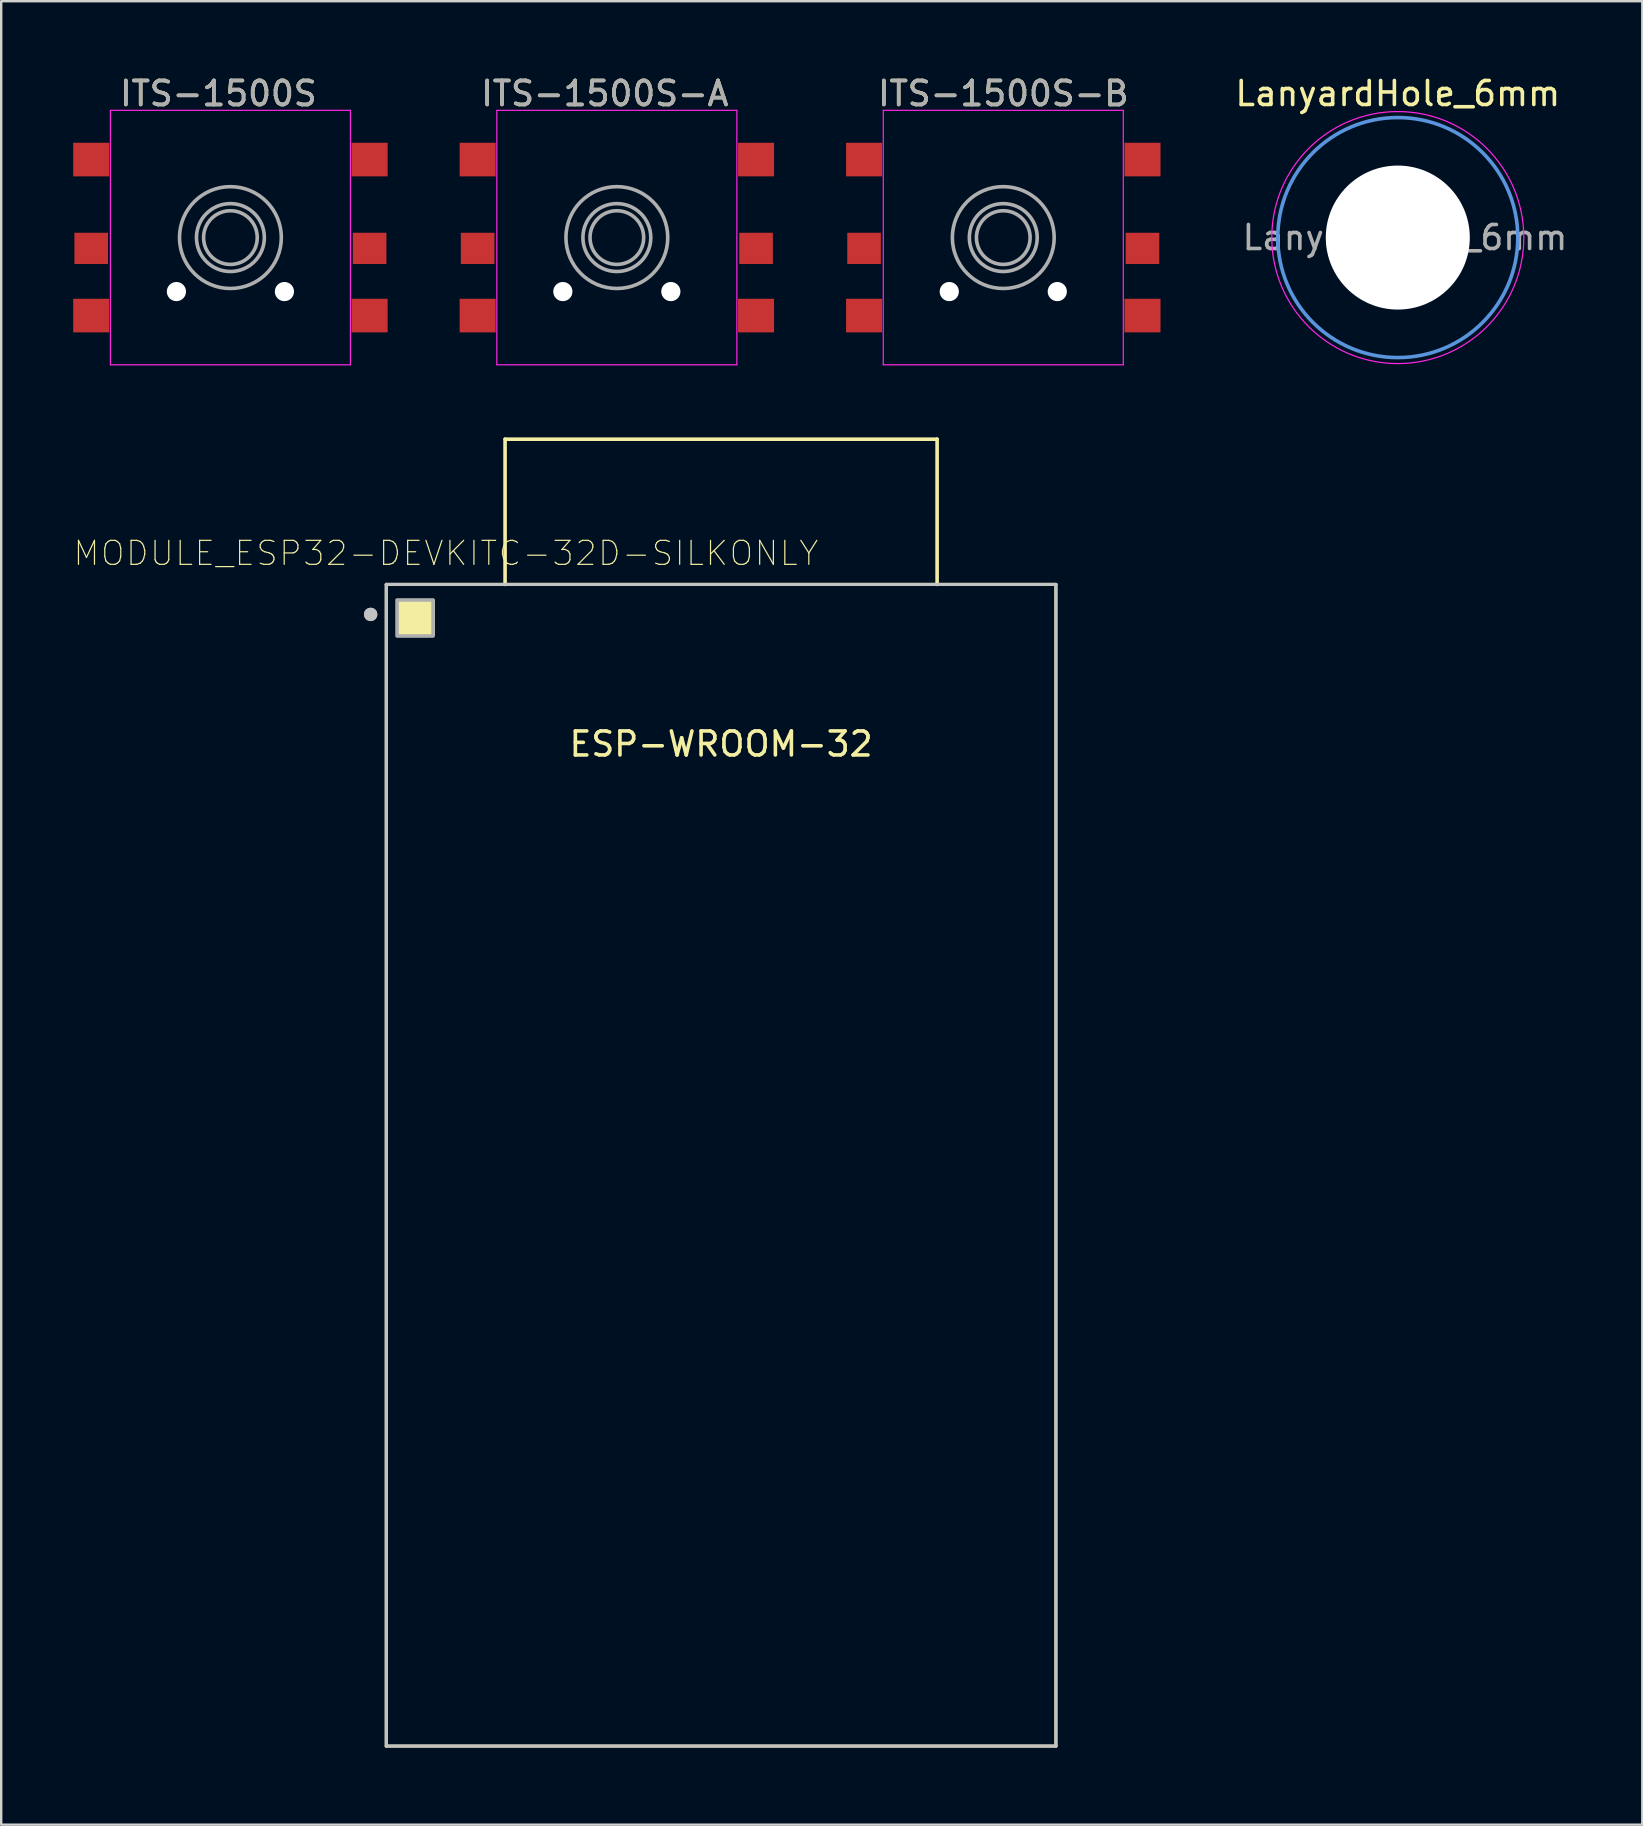
<source format=kicad_pcb>
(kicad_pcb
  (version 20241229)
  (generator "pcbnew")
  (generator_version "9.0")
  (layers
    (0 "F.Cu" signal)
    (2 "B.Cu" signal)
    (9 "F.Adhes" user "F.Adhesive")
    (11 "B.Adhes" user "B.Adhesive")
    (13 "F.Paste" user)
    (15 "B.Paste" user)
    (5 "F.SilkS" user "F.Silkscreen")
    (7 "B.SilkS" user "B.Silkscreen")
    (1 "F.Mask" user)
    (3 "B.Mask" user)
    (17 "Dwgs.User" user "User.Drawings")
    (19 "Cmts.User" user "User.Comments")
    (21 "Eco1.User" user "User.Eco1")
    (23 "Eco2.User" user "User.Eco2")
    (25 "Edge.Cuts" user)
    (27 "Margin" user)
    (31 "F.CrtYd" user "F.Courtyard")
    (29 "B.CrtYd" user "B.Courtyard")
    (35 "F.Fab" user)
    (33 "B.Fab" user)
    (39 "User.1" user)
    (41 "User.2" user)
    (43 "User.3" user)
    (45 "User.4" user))
  (footprint "ITS-1500S"
    (layer "F.Cu")
    (at 6.55 6.848)
    (property "Reference" "ITS-1500S" (at -0.5 -6 0) (layer "F.SilkS") (effects (font (size 1 1) (thickness 0.15))))
    (attr smd)
    (fp_line (start -5 -5.3) (end -5 5.3) (stroke (width 0.05) (type solid)) (layer "F.CrtYd"))
    (fp_line (start 5 -5.3) (end -5 -5.3) (stroke (width 0.05) (type solid)) (layer "F.CrtYd"))
    (fp_line (start 5 -5.3) (end 5 5.3) (stroke (width 0.05) (type solid)) (layer "F.CrtYd"))
    (fp_line (start 5 5.3) (end -5 5.3) (stroke (width 0.05) (type solid)) (layer "F.CrtYd"))
    (fp_circle (center 0 0) (end 0.5 1) (stroke (width 0.15) (type solid)) (fill no) (layer "F.Fab"))
    (fp_circle (center 0 0) (end 1 1) (stroke (width 0.15) (type solid)) (fill no) (layer "F.Fab"))
    (fp_circle (center 0 0) (end 1.5 1.5) (stroke (width 0.15) (type solid)) (fill no) (layer "F.Fab"))
    (fp_text user "${REFERENCE}" (at -0.5 -6 0) (layer "F.Fab") (effects (font (size 1 1) (thickness 0.15))))
    (pad "" np_thru_hole circle (at -2.25 2.25) (size 0.8 0.8) (drill 0.8) (layers "*.Cu" "*.Mask"))
    (pad "" np_thru_hole circle (at 2.25 2.25) (size 0.8 0.8) (drill 0.8) (layers "*.Cu" "*.Mask"))
    (pad "1" smd rect (at -5.8 -3.25 90) (size 1.4 1.5) (layers "F.Cu" "F.Mask" "F.Paste"))
    (pad "2" smd rect (at -5.8 0.45) (size 1.4 1.3) (layers "F.Cu" "F.Mask" "F.Paste"))
    (pad "3" smd rect (at -5.8 3.25 90) (size 1.4 1.5) (layers "F.Cu" "F.Mask" "F.Paste"))
    (pad "4" smd rect (at 5.8 3.25 90) (size 1.4 1.5) (layers "F.Cu" "F.Mask" "F.Paste"))
    (pad "5" smd rect (at 5.8 0.45) (size 1.4 1.3) (layers "F.Cu" "F.Mask" "F.Paste"))
    (pad "6" smd rect (at 5.8 -3.25 90) (size 1.4 1.5) (layers "F.Cu" "F.Mask" "F.Paste")))
  (footprint "LanyardHole_6mm"
    (layer "F.Cu")
    (at 55.187 6.848)
    (property "Reference" "LanyardHole_6mm" (at 0 -6 0) (layer "F.SilkS") (effects (font (size 1 1) (thickness 0.15))))
    (attr exclude_from_pos_files exclude_from_bom)
    (fp_circle (center 0 0) (end 5 0) (stroke (width 0.15) (type solid)) (fill no) (layer "Cmts.User"))
    (fp_circle (center 0 0) (end 5.25 0) (stroke (width 0.05) (type solid)) (fill no) (layer "F.CrtYd"))
    (fp_text user "${REFERENCE}" (at 0.3 0 0) (layer "F.Fab") (effects (font (size 1 1) (thickness 0.15))))
    (pad "" np_thru_hole circle (at 0 0) (size 6 6) (drill 6) (layers "*.Cu" "*.Mask")))
  (footprint "MODULE_ESP32-DEVKITC-32D-SILKONLY"
    (layer "F.Cu")
    (at 26.993 42.448)
    (property "Reference" "MODULE_ESP32-DEVKITC-32D-SILKONLY" (at -11.464 -22.446 0) (layer "F.SilkS") (effects (font (size 1 1) (thickness 0.05))))
    (attr through_hole)
    (fp_line (start -13.95 -21.15) (end 13.95 -21.15) (stroke (width 0.127) (type solid)) (layer "F.SilkS"))
    (fp_line (start -13.95 27.25) (end -13.95 -21.15) (stroke (width 0.127) (type solid)) (layer "F.SilkS"))
    (fp_line (start -9 -27.2) (end -9 -21.15) (stroke (width 0.15) (type solid)) (layer "F.SilkS"))
    (fp_line (start -9 -27.2) (end 9 -27.2) (stroke (width 0.15) (type solid)) (layer "F.SilkS"))
    (fp_line (start 9 -27.2) (end 9 -21.15) (stroke (width 0.15) (type solid)) (layer "F.SilkS"))
    (fp_line (start 13.95 -21.15) (end 13.95 27.25) (stroke (width 0.127) (type solid)) (layer "F.SilkS"))
    (fp_line (start 13.95 27.25) (end -13.95 27.25) (stroke (width 0.127) (type solid)) (layer "F.SilkS"))
    (fp_poly (pts (xy -13.4 -20.46) (xy -13.4 -19.06) (xy -12 -19.06) (xy -12 -20.46)) (stroke (width 0.15) (type solid)) (fill yes) (layer "F.SilkS"))
    (fp_poly (pts (xy -13.4 -20.46) (xy -13.4 -19.06) (xy -12 -19.06) (xy -12 -20.46)) (stroke (width 0.15) (type solid)) (fill yes) (layer "F.SilkS"))
    (fp_line (start -13.95 -21.15) (end 13.95 -21.15) (stroke (width 0.127) (type solid)) (layer "Dwgs.User"))
    (fp_line (start -13.95 27.25) (end -13.95 -21.15) (stroke (width 0.127) (type solid)) (layer "Dwgs.User"))
    (fp_line (start 13.95 -21.15) (end 13.95 27.25) (stroke (width 0.127) (type solid)) (layer "Dwgs.User"))
    (fp_line (start 13.95 27.25) (end -13.95 27.25) (stroke (width 0.127) (type solid)) (layer "Dwgs.User"))
    (fp_circle (center -14.6 -19.9) (end -14.46 -19.9) (stroke (width 0.28) (type solid)) (fill no) (layer "Dwgs.User"))
    (fp_circle (center -14.6 -19.9) (end -14.46 -19.9) (stroke (width 0.28) (type solid)) (fill no) (layer "Dwgs.User"))
    (fp_line (start -14.2 -21.4) (end 14.2 -21.4) (stroke (width 0.05) (type solid)) (layer "Eco1.User"))
    (fp_line (start -14.2 27.5) (end -14.2 -21.4) (stroke (width 0.05) (type solid)) (layer "Eco1.User"))
    (fp_line (start 14.2 -21.4) (end 14.2 27.5) (stroke (width 0.05) (type solid)) (layer "Eco1.User"))
    (fp_line (start 14.2 27.5) (end -14.2 27.5) (stroke (width 0.05) (type solid)) (layer "Eco1.User"))
    (fp_poly (pts (xy -13.5 -20.5) (xy -12 -20.5) (xy -12 -19) (xy -13.5 -19)) (stroke (width 0.15) (type solid)) (fill no) (layer "F.Fab"))
    (fp_text user "ESP-WROOM-32" (at 0 -14.5 0) (layer "F.SilkS") (effects (font (size 1 1) (thickness 0.15)))))
  (footprint "ITS-1500S-B"
    (layer "F.Cu")
    (at 38.75 6.848)
    (property "Reference" "ITS-1500S-B" (at 0 -6 0) (layer "F.SilkS") (effects (font (size 1 1) (thickness 0.15))))
    (attr smd)
    (fp_line (start -5 -5.3) (end -5 5.3) (stroke (width 0.05) (type solid)) (layer "F.CrtYd"))
    (fp_line (start 5 -5.3) (end -5 -5.3) (stroke (width 0.05) (type solid)) (layer "F.CrtYd"))
    (fp_line (start 5 -5.3) (end 5 5.3) (stroke (width 0.05) (type solid)) (layer "F.CrtYd"))
    (fp_line (start 5 5.3) (end -5 5.3) (stroke (width 0.05) (type solid)) (layer "F.CrtYd"))
    (fp_circle (center 0 0) (end 0.5 1) (stroke (width 0.15) (type solid)) (fill no) (layer "F.Fab"))
    (fp_circle (center 0 0) (end 1 1) (stroke (width 0.15) (type solid)) (fill no) (layer "F.Fab"))
    (fp_circle (center 0 0) (end 1.5 1.5) (stroke (width 0.15) (type solid)) (fill no) (layer "F.Fab"))
    (fp_text user "${REFERENCE}" (at 0 -6 0) (layer "F.Fab") (effects (font (size 1 1) (thickness 0.15))))
    (pad "" np_thru_hole circle (at -2.25 2.25) (size 0.8 0.8) (drill 0.8) (layers "*.Cu" "*.Mask"))
    (pad "" np_thru_hole circle (at 2.25 2.25) (size 0.8 0.8) (drill 0.8) (layers "*.Cu" "*.Mask"))
    (pad "1" smd rect (at -5.8 -3.25 90) (size 1.4 1.5) (layers "F.Cu" "F.Mask" "F.Paste"))
    (pad "2" smd rect (at -5.8 0.45) (size 1.4 1.3) (layers "F.Cu" "F.Mask" "F.Paste"))
    (pad "3" smd rect (at -5.8 3.25 90) (size 1.4 1.5) (layers "F.Cu" "F.Mask" "F.Paste"))
    (pad "4" smd rect (at 5.8 3.25 90) (size 1.4 1.5) (layers "F.Cu" "F.Mask" "F.Paste"))
    (pad "5" smd rect (at 5.8 0.45) (size 1.4 1.3) (layers "F.Cu" "F.Mask" "F.Paste"))
    (pad "6" smd rect (at 5.8 -3.25 90) (size 1.4 1.5) (layers "F.Cu" "F.Mask" "F.Paste")))
  (footprint "ITS-1500S-A"
    (layer "F.Cu")
    (at 22.65 6.848)
    (property "Reference" "ITS-1500S-A" (at -0.5 -6 0) (layer "F.SilkS") (effects (font (size 1 1) (thickness 0.15))))
    (attr smd)
    (fp_line (start -5 -5.3) (end -5 5.3) (stroke (width 0.05) (type solid)) (layer "F.CrtYd"))
    (fp_line (start 5 -5.3) (end -5 -5.3) (stroke (width 0.05) (type solid)) (layer "F.CrtYd"))
    (fp_line (start 5 -5.3) (end 5 5.3) (stroke (width 0.05) (type solid)) (layer "F.CrtYd"))
    (fp_line (start 5 5.3) (end -5 5.3) (stroke (width 0.05) (type solid)) (layer "F.CrtYd"))
    (fp_circle (center 0 0) (end 0.5 1) (stroke (width 0.15) (type solid)) (fill no) (layer "F.Fab"))
    (fp_circle (center 0 0) (end 1 1) (stroke (width 0.15) (type solid)) (fill no) (layer "F.Fab"))
    (fp_circle (center 0 0) (end 1.5 1.5) (stroke (width 0.15) (type solid)) (fill no) (layer "F.Fab"))
    (fp_text user "${REFERENCE}" (at -0.5 -6 0) (layer "F.Fab") (effects (font (size 1 1) (thickness 0.15))))
    (pad "" np_thru_hole circle (at -2.25 2.25) (size 0.8 0.8) (drill 0.8) (layers "*.Cu" "*.Mask"))
    (pad "" np_thru_hole circle (at 2.25 2.25) (size 0.8 0.8) (drill 0.8) (layers "*.Cu" "*.Mask"))
    (pad "1" smd rect (at -5.8 -3.25 90) (size 1.4 1.5) (layers "F.Cu" "F.Mask" "F.Paste"))
    (pad "2" smd rect (at -5.8 0.45) (size 1.4 1.3) (layers "F.Cu" "F.Mask" "F.Paste"))
    (pad "3" smd rect (at -5.8 3.25 90) (size 1.4 1.5) (layers "F.Cu" "F.Mask" "F.Paste"))
    (pad "4" smd rect (at 5.8 3.25 90) (size 1.4 1.5) (layers "F.Cu" "F.Mask" "F.Paste"))
    (pad "5" smd rect (at 5.8 0.45) (size 1.4 1.3) (layers "F.Cu" "F.Mask" "F.Paste"))
    (pad "6" smd rect (at 5.8 -3.25 90) (size 1.4 1.5) (layers "F.Cu" "F.Mask" "F.Paste")))
  (gr_rect
    (start -3 -3)
    (end 65.374 72.973)
    (stroke (width 0.1) (type default))
    (fill no)
    (layer "Edge.Cuts")))
</source>
